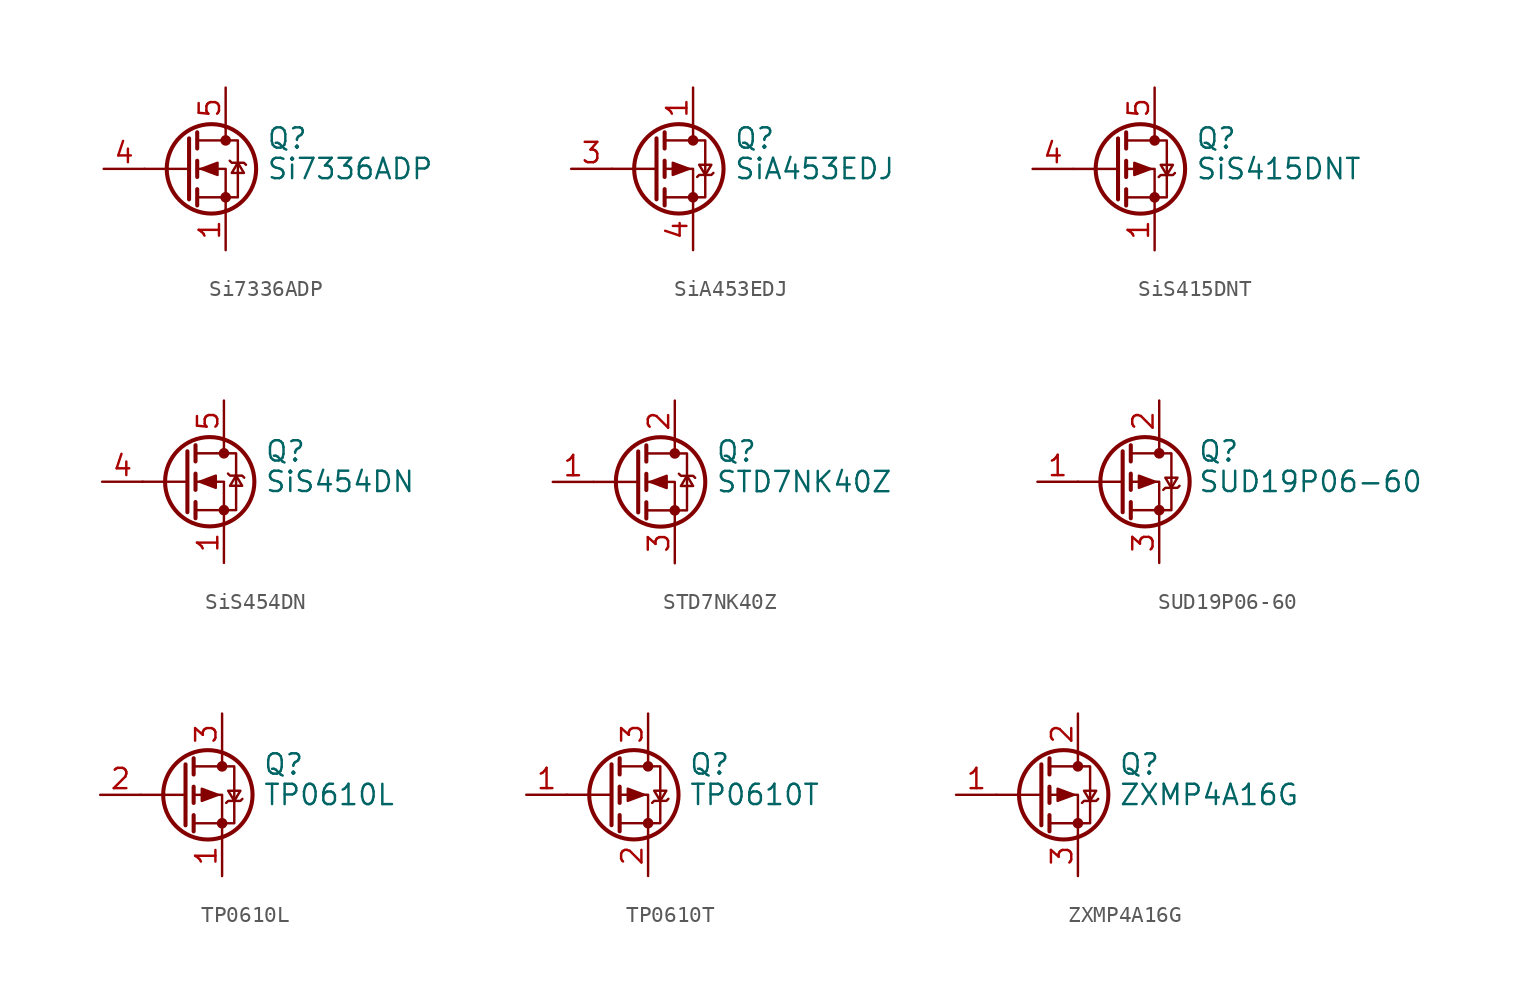
<source format=kicad_sym>
(kicad_symbol_lib
  (version 20210619)
  (generator kicad_symbol_editor)
  (symbol "Transistor_FET:Si7336ADP"
    (pin_names hide)
    (property "Reference" "Q"
      (at 5.08 1.905 0)
      (effects (font (size 1.27 1.27)) (justify left)))
    (property "Value" "Si7336ADP"
      (at 5.08 0 0)
      (effects (font (size 1.27 1.27)) (justify left)))
    (symbol "Si7336ADP_0_1"
      (circle (center 1.651 0) (radius 2.794) (stroke (width 0.254)) (fill (type none)))
      (circle (center 2.54 -1.778) (radius 0.254) (stroke (width 0)) (fill (type outline)))
      (circle (center 2.54 1.778) (radius 0.254) (stroke (width 0)) (fill (type outline)))
      (polyline (pts (xy 0.254 0) (xy -2.54 0)) (stroke (width 0)) (fill (type none)))
      (polyline (pts (xy 0.254 1.905) (xy 0.254 -1.905)) (stroke (width 0.254)) (fill (type none)))
      (polyline (pts (xy 0.762 -1.27) (xy 0.762 -2.286)) (stroke (width 0.254)) (fill (type none)))
      (polyline (pts (xy 0.762 0.508) (xy 0.762 -0.508)) (stroke (width 0.254)) (fill (type none)))
      (polyline (pts (xy 0.762 2.286) (xy 0.762 1.27)) (stroke (width 0.254)) (fill (type none)))
      (polyline (pts (xy 2.54 2.54) (xy 2.54 1.778)) (stroke (width 0)) (fill (type none)))
      (polyline (pts (xy 2.54 -2.54) (xy 2.54 0) (xy 0.762 0)) (stroke (width 0)) (fill (type none)))
      (polyline (pts (xy 0.762 -1.778) (xy 3.302 -1.778) (xy 3.302 1.778) (xy 0.762 1.778)) (stroke (width 0)) (fill (type none)))
      (polyline (pts (xy 2.794 0.508) (xy 2.921 0.381) (xy 3.683 0.381) (xy 3.81 0.254)) (stroke (width 0)) (fill (type none)))
      (polyline (pts (xy 3.302 0.381) (xy 2.921 -0.254) (xy 3.683 -0.254) (xy 3.302 0.381)) (stroke (width 0)) (fill (type none)))
      (polyline (pts (xy 1.016 0) (xy 2.032 0.381) (xy 2.032 -0.381) (xy 1.016 0)) (stroke (width 0)) (fill (type outline))))
    (symbol "Si7336ADP_1_1"
      (pin passive line (at 2.54 -5.08 90) (length 2.54) (name "S" (effects (font (size 1.27 1.27)))) (number "1" (effects (font (size 1.27 1.27)))))
      (pin passive line (at 2.54 -5.08 90) (length 2.54) hide (name "S" (effects (font (size 1.27 1.27)))) (number "2" (effects (font (size 1.27 1.27)))))
      (pin passive line (at 2.54 -5.08 90) (length 2.54) hide (name "S" (effects (font (size 1.27 1.27)))) (number "3" (effects (font (size 1.27 1.27)))))
      (pin input line (at -5.08 0 0) (length 2.54) (name "G" (effects (font (size 1.27 1.27)))) (number "4" (effects (font (size 1.27 1.27)))))
      (pin passive line (at 2.54 5.08 270) (length 2.54) (name "D" (effects (font (size 1.27 1.27)))) (number "5" (effects (font (size 1.27 1.27)))))))
  (symbol "Transistor_FET:SiA453EDJ"
    (pin_names hide)
    (property "Reference" "Q"
      (at 5.08 1.905 0)
      (effects (font (size 1.27 1.27)) (justify left)))
    (property "Value" "SiA453EDJ"
      (at 5.08 0 0)
      (effects (font (size 1.27 1.27)) (justify left)))
    (symbol "SiA453EDJ_0_1"
      (circle (center 1.651 0) (radius 2.794) (stroke (width 0.254)) (fill (type none)))
      (circle (center 2.54 -1.778) (radius 0.254) (stroke (width 0)) (fill (type outline)))
      (circle (center 2.54 1.778) (radius 0.254) (stroke (width 0)) (fill (type outline)))
      (polyline (pts (xy 0.254 0) (xy -2.54 0)) (stroke (width 0)) (fill (type none)))
      (polyline (pts (xy 0.254 1.905) (xy 0.254 -1.905)) (stroke (width 0.254)) (fill (type none)))
      (polyline (pts (xy 0.762 -1.27) (xy 0.762 -2.286)) (stroke (width 0.254)) (fill (type none)))
      (polyline (pts (xy 0.762 0.508) (xy 0.762 -0.508)) (stroke (width 0.254)) (fill (type none)))
      (polyline (pts (xy 0.762 2.286) (xy 0.762 1.27)) (stroke (width 0.254)) (fill (type none)))
      (polyline (pts (xy 2.54 2.54) (xy 2.54 1.778)) (stroke (width 0)) (fill (type none)))
      (polyline (pts (xy 2.54 -2.54) (xy 2.54 0) (xy 0.762 0)) (stroke (width 0)) (fill (type none)))
      (polyline (pts (xy 0.762 1.778) (xy 3.302 1.778) (xy 3.302 -1.778) (xy 0.762 -1.778)) (stroke (width 0)) (fill (type none)))
      (polyline (pts (xy 2.794 -0.508) (xy 2.921 -0.381) (xy 3.683 -0.381) (xy 3.81 -0.254)) (stroke (width 0)) (fill (type none)))
      (polyline (pts (xy 3.302 -0.381) (xy 2.921 0.254) (xy 3.683 0.254) (xy 3.302 -0.381)) (stroke (width 0)) (fill (type none)))
      (polyline (pts (xy 2.286 0) (xy 1.27 0.381) (xy 1.27 -0.381) (xy 2.286 0)) (stroke (width 0)) (fill (type outline))))
    (symbol "SiA453EDJ_1_1"
      (pin passive line (at 2.54 5.08 270) (length 2.54) (name "D" (effects (font (size 1.27 1.27)))) (number "1" (effects (font (size 1.27 1.27)))))
      (pin passive line (at -5.08 0 0) (length 2.54) (name "G" (effects (font (size 1.27 1.27)))) (number "3" (effects (font (size 1.27 1.27)))))
      (pin passive line (at 2.54 -5.08 90) (length 2.54) (name "S" (effects (font (size 1.27 1.27)))) (number "4" (effects (font (size 1.27 1.27)))))))
  (symbol "Transistor_FET:SiS415DNT"
    (pin_names hide)
    (property "Reference" "Q"
      (at 5.08 1.905 0)
      (effects (font (size 1.27 1.27)) (justify left)))
    (property "Value" "SiS415DNT"
      (at 5.08 0 0)
      (effects (font (size 1.27 1.27)) (justify left)))
    (symbol "SiS415DNT_0_1"
      (circle (center 1.651 0) (radius 2.794) (stroke (width 0.254)) (fill (type none)))
      (circle (center 2.54 -1.778) (radius 0.254) (stroke (width 0)) (fill (type outline)))
      (circle (center 2.54 1.778) (radius 0.254) (stroke (width 0)) (fill (type outline)))
      (polyline (pts (xy 0.254 0) (xy -2.54 0)) (stroke (width 0)) (fill (type none)))
      (polyline (pts (xy 0.254 1.905) (xy 0.254 -1.905)) (stroke (width 0.254)) (fill (type none)))
      (polyline (pts (xy 0.762 -1.27) (xy 0.762 -2.286)) (stroke (width 0.254)) (fill (type none)))
      (polyline (pts (xy 0.762 0.508) (xy 0.762 -0.508)) (stroke (width 0.254)) (fill (type none)))
      (polyline (pts (xy 0.762 2.286) (xy 0.762 1.27)) (stroke (width 0.254)) (fill (type none)))
      (polyline (pts (xy 2.54 2.54) (xy 2.54 1.778)) (stroke (width 0)) (fill (type none)))
      (polyline (pts (xy 2.54 -2.54) (xy 2.54 0) (xy 0.762 0)) (stroke (width 0)) (fill (type none)))
      (polyline (pts (xy 0.762 1.778) (xy 3.302 1.778) (xy 3.302 -1.778) (xy 0.762 -1.778)) (stroke (width 0)) (fill (type none)))
      (polyline (pts (xy 2.794 -0.508) (xy 2.921 -0.381) (xy 3.683 -0.381) (xy 3.81 -0.254)) (stroke (width 0)) (fill (type none)))
      (polyline (pts (xy 3.302 -0.381) (xy 2.921 0.254) (xy 3.683 0.254) (xy 3.302 -0.381)) (stroke (width 0)) (fill (type none)))
      (polyline (pts (xy 2.286 0) (xy 1.27 0.381) (xy 1.27 -0.381) (xy 2.286 0)) (stroke (width 0)) (fill (type outline))))
    (symbol "SiS415DNT_1_1"
      (pin passive line (at 2.54 -5.08 90) (length 2.54) (name "S" (effects (font (size 1.27 1.27)))) (number "1" (effects (font (size 1.27 1.27)))))
      (pin passive line (at 2.54 -5.08 90) (length 2.54) hide (name "S" (effects (font (size 1.27 1.27)))) (number "2" (effects (font (size 1.27 1.27)))))
      (pin passive line (at 2.54 -5.08 90) (length 2.54) hide (name "S" (effects (font (size 1.27 1.27)))) (number "3" (effects (font (size 1.27 1.27)))))
      (pin passive line (at -5.08 0 0) (length 2.54) (name "G" (effects (font (size 1.27 1.27)))) (number "4" (effects (font (size 1.27 1.27)))))
      (pin passive line (at 2.54 5.08 270) (length 2.54) (name "D" (effects (font (size 1.27 1.27)))) (number "5" (effects (font (size 1.27 1.27)))))))
  (symbol "Transistor_FET:SiS454DN"
    (pin_names hide)
    (property "Reference" "Q"
      (at 5.08 1.905 0)
      (effects (font (size 1.27 1.27)) (justify left)))
    (property "Value" "SiS454DN"
      (at 5.08 0 0)
      (effects (font (size 1.27 1.27)) (justify left)))
    (symbol "SiS454DN_0_1"
      (circle (center 1.651 0) (radius 2.794) (stroke (width 0.254)) (fill (type none)))
      (circle (center 2.54 -1.778) (radius 0.254) (stroke (width 0)) (fill (type outline)))
      (circle (center 2.54 1.778) (radius 0.254) (stroke (width 0)) (fill (type outline)))
      (polyline (pts (xy 0.254 0) (xy -2.54 0)) (stroke (width 0)) (fill (type none)))
      (polyline (pts (xy 0.254 1.905) (xy 0.254 -1.905)) (stroke (width 0.254)) (fill (type none)))
      (polyline (pts (xy 0.762 -1.27) (xy 0.762 -2.286)) (stroke (width 0.254)) (fill (type none)))
      (polyline (pts (xy 0.762 0.508) (xy 0.762 -0.508)) (stroke (width 0.254)) (fill (type none)))
      (polyline (pts (xy 0.762 2.286) (xy 0.762 1.27)) (stroke (width 0.254)) (fill (type none)))
      (polyline (pts (xy 2.54 2.54) (xy 2.54 1.778)) (stroke (width 0)) (fill (type none)))
      (polyline (pts (xy 2.54 -2.54) (xy 2.54 0) (xy 0.762 0)) (stroke (width 0)) (fill (type none)))
      (polyline (pts (xy 0.762 -1.778) (xy 3.302 -1.778) (xy 3.302 1.778) (xy 0.762 1.778)) (stroke (width 0)) (fill (type none)))
      (polyline (pts (xy 2.794 0.508) (xy 2.921 0.381) (xy 3.683 0.381) (xy 3.81 0.254)) (stroke (width 0)) (fill (type none)))
      (polyline (pts (xy 3.302 0.381) (xy 2.921 -0.254) (xy 3.683 -0.254) (xy 3.302 0.381)) (stroke (width 0)) (fill (type none)))
      (polyline (pts (xy 1.016 0) (xy 2.032 0.381) (xy 2.032 -0.381) (xy 1.016 0)) (stroke (width 0)) (fill (type outline))))
    (symbol "SiS454DN_1_1"
      (pin passive line (at 2.54 -5.08 90) (length 2.54) (name "S" (effects (font (size 1.27 1.27)))) (number "1" (effects (font (size 1.27 1.27)))))
      (pin passive line (at 2.54 -5.08 90) (length 2.54) hide (name "S" (effects (font (size 1.27 1.27)))) (number "2" (effects (font (size 1.27 1.27)))))
      (pin passive line (at 2.54 -5.08 90) (length 2.54) hide (name "S" (effects (font (size 1.27 1.27)))) (number "3" (effects (font (size 1.27 1.27)))))
      (pin input line (at -5.08 0 0) (length 2.54) (name "G" (effects (font (size 1.27 1.27)))) (number "4" (effects (font (size 1.27 1.27)))))
      (pin passive line (at 2.54 5.08 270) (length 2.54) (name "D" (effects (font (size 1.27 1.27)))) (number "5" (effects (font (size 1.27 1.27)))))))
  (symbol "Transistor_FET:STD7NK40Z"
    (pin_names hide)
    (property "Reference" "Q"
      (at 5.08 1.905 0)
      (effects (font (size 1.27 1.27)) (justify left)))
    (property "Value" "STD7NK40Z"
      (at 5.08 0 0)
      (effects (font (size 1.27 1.27)) (justify left)))
    (symbol "STD7NK40Z_0_1"
      (circle (center 1.651 0) (radius 2.794) (stroke (width 0.254)) (fill (type none)))
      (circle (center 2.54 -1.778) (radius 0.254) (stroke (width 0)) (fill (type outline)))
      (circle (center 2.54 1.778) (radius 0.254) (stroke (width 0)) (fill (type outline)))
      (polyline (pts (xy 0.254 0) (xy -2.54 0)) (stroke (width 0)) (fill (type none)))
      (polyline (pts (xy 0.254 1.905) (xy 0.254 -1.905)) (stroke (width 0.254)) (fill (type none)))
      (polyline (pts (xy 0.762 -1.27) (xy 0.762 -2.286)) (stroke (width 0.254)) (fill (type none)))
      (polyline (pts (xy 0.762 0.508) (xy 0.762 -0.508)) (stroke (width 0.254)) (fill (type none)))
      (polyline (pts (xy 0.762 2.286) (xy 0.762 1.27)) (stroke (width 0.254)) (fill (type none)))
      (polyline (pts (xy 2.54 2.54) (xy 2.54 1.778)) (stroke (width 0)) (fill (type none)))
      (polyline (pts (xy 2.54 -2.54) (xy 2.54 0) (xy 0.762 0)) (stroke (width 0)) (fill (type none)))
      (polyline (pts (xy 0.762 -1.778) (xy 3.302 -1.778) (xy 3.302 1.778) (xy 0.762 1.778)) (stroke (width 0)) (fill (type none)))
      (polyline (pts (xy 2.794 0.508) (xy 2.921 0.381) (xy 3.683 0.381) (xy 3.81 0.254)) (stroke (width 0)) (fill (type none)))
      (polyline (pts (xy 3.302 0.381) (xy 2.921 -0.254) (xy 3.683 -0.254) (xy 3.302 0.381)) (stroke (width 0)) (fill (type none)))
      (polyline (pts (xy 1.016 0) (xy 2.032 0.381) (xy 2.032 -0.381) (xy 1.016 0)) (stroke (width 0)) (fill (type outline))))
    (symbol "STD7NK40Z_1_1"
      (pin passive line (at -5.08 0 0) (length 2.54) (name "G" (effects (font (size 1.27 1.27)))) (number "1" (effects (font (size 1.27 1.27)))))
      (pin passive line (at 2.54 5.08 270) (length 2.54) (name "D" (effects (font (size 1.27 1.27)))) (number "2" (effects (font (size 1.27 1.27)))))
      (pin passive line (at 2.54 -5.08 90) (length 2.54) (name "S" (effects (font (size 1.27 1.27)))) (number "3" (effects (font (size 1.27 1.27)))))))
  (symbol "Transistor_FET:SUD19P06-60"
    (pin_names hide)
    (property "Reference" "Q"
      (at 4.953 1.905 0)
      (effects (font (size 1.27 1.27)) (justify left)))
    (property "Value" "SUD19P06-60"
      (at 4.953 0 0)
      (effects (font (size 1.27 1.27)) (justify left)))
    (symbol "SUD19P06-60_0_1"
      (circle (center 1.651 0) (radius 2.794) (stroke (width 0.254)) (fill (type none)))
      (circle (center 2.54 -1.778) (radius 0.254) (stroke (width 0)) (fill (type outline)))
      (circle (center 2.54 1.778) (radius 0.254) (stroke (width 0)) (fill (type outline)))
      (polyline (pts (xy 0.254 0) (xy -2.54 0)) (stroke (width 0)) (fill (type none)))
      (polyline (pts (xy 0.254 1.905) (xy 0.254 -1.905)) (stroke (width 0.254)) (fill (type none)))
      (polyline (pts (xy 0.762 -1.27) (xy 0.762 -2.286)) (stroke (width 0.254)) (fill (type none)))
      (polyline (pts (xy 0.762 0.508) (xy 0.762 -0.508)) (stroke (width 0.254)) (fill (type none)))
      (polyline (pts (xy 0.762 2.286) (xy 0.762 1.27)) (stroke (width 0.254)) (fill (type none)))
      (polyline (pts (xy 2.54 2.54) (xy 2.54 1.778)) (stroke (width 0)) (fill (type none)))
      (polyline (pts (xy 2.54 -2.54) (xy 2.54 0) (xy 0.762 0)) (stroke (width 0)) (fill (type none)))
      (polyline (pts (xy 0.762 1.778) (xy 3.302 1.778) (xy 3.302 -1.778) (xy 0.762 -1.778)) (stroke (width 0)) (fill (type none)))
      (polyline (pts (xy 2.794 -0.508) (xy 2.921 -0.381) (xy 3.683 -0.381) (xy 3.81 -0.254)) (stroke (width 0)) (fill (type none)))
      (polyline (pts (xy 3.302 -0.381) (xy 2.921 0.254) (xy 3.683 0.254) (xy 3.302 -0.381)) (stroke (width 0)) (fill (type none)))
      (polyline (pts (xy 2.286 0) (xy 1.27 0.381) (xy 1.27 -0.381) (xy 2.286 0)) (stroke (width 0)) (fill (type outline))))
    (symbol "SUD19P06-60_1_1"
      (pin input line (at -5.08 0 0) (length 2.54) (name "G" (effects (font (size 1.27 1.27)))) (number "1" (effects (font (size 1.27 1.27)))))
      (pin passive line (at 2.54 5.08 270) (length 2.54) (name "D" (effects (font (size 1.27 1.27)))) (number "2" (effects (font (size 1.27 1.27)))))
      (pin passive line (at 2.54 -5.08 90) (length 2.54) (name "S" (effects (font (size 1.27 1.27)))) (number "3" (effects (font (size 1.27 1.27)))))))
  (symbol "Transistor_FET:TP0610L"
    (pin_names hide)
    (property "Reference" "Q"
      (at 5.08 1.905 0)
      (effects (font (size 1.27 1.27)) (justify left)))
    (property "Value" "TP0610L"
      (at 5.08 0 0)
      (effects (font (size 1.27 1.27)) (justify left)))
    (symbol "TP0610L_0_1"
      (circle (center 1.651 0) (radius 2.794) (stroke (width 0.254)) (fill (type none)))
      (circle (center 2.54 -1.778) (radius 0.254) (stroke (width 0)) (fill (type outline)))
      (circle (center 2.54 1.778) (radius 0.254) (stroke (width 0)) (fill (type outline)))
      (polyline (pts (xy 0.254 0) (xy -2.54 0)) (stroke (width 0)) (fill (type none)))
      (polyline (pts (xy 0.254 1.905) (xy 0.254 -1.905)) (stroke (width 0.254)) (fill (type none)))
      (polyline (pts (xy 0.762 -1.27) (xy 0.762 -2.286)) (stroke (width 0.254)) (fill (type none)))
      (polyline (pts (xy 0.762 0.508) (xy 0.762 -0.508)) (stroke (width 0.254)) (fill (type none)))
      (polyline (pts (xy 0.762 2.286) (xy 0.762 1.27)) (stroke (width 0.254)) (fill (type none)))
      (polyline (pts (xy 2.54 2.54) (xy 2.54 1.778)) (stroke (width 0)) (fill (type none)))
      (polyline (pts (xy 2.54 -2.54) (xy 2.54 0) (xy 0.762 0)) (stroke (width 0)) (fill (type none)))
      (polyline (pts (xy 0.762 1.778) (xy 3.302 1.778) (xy 3.302 -1.778) (xy 0.762 -1.778)) (stroke (width 0)) (fill (type none)))
      (polyline (pts (xy 2.794 -0.508) (xy 2.921 -0.381) (xy 3.683 -0.381) (xy 3.81 -0.254)) (stroke (width 0)) (fill (type none)))
      (polyline (pts (xy 3.302 -0.381) (xy 2.921 0.254) (xy 3.683 0.254) (xy 3.302 -0.381)) (stroke (width 0)) (fill (type none)))
      (polyline (pts (xy 2.286 0) (xy 1.27 0.381) (xy 1.27 -0.381) (xy 2.286 0)) (stroke (width 0)) (fill (type outline))))
    (symbol "TP0610L_1_1"
      (pin passive line (at 2.54 -5.08 90) (length 2.54) (name "S" (effects (font (size 1.27 1.27)))) (number "1" (effects (font (size 1.27 1.27)))))
      (pin input line (at -5.08 0 0) (length 2.54) (name "G" (effects (font (size 1.27 1.27)))) (number "2" (effects (font (size 1.27 1.27)))))
      (pin passive line (at 2.54 5.08 270) (length 2.54) (name "D" (effects (font (size 1.27 1.27)))) (number "3" (effects (font (size 1.27 1.27)))))))
  (symbol "Transistor_FET:TP0610T"
    (pin_names hide)
    (property "Reference" "Q"
      (at 5.08 1.905 0)
      (effects (font (size 1.27 1.27)) (justify left)))
    (property "Value" "TP0610T"
      (at 5.08 0 0)
      (effects (font (size 1.27 1.27)) (justify left)))
    (symbol "TP0610T_0_1"
      (circle (center 1.651 0) (radius 2.794) (stroke (width 0.254)) (fill (type none)))
      (circle (center 2.54 -1.778) (radius 0.254) (stroke (width 0)) (fill (type outline)))
      (circle (center 2.54 1.778) (radius 0.254) (stroke (width 0)) (fill (type outline)))
      (polyline (pts (xy 0.254 0) (xy -2.54 0)) (stroke (width 0)) (fill (type none)))
      (polyline (pts (xy 0.254 1.905) (xy 0.254 -1.905)) (stroke (width 0.254)) (fill (type none)))
      (polyline (pts (xy 0.762 -1.27) (xy 0.762 -2.286)) (stroke (width 0.254)) (fill (type none)))
      (polyline (pts (xy 0.762 0.508) (xy 0.762 -0.508)) (stroke (width 0.254)) (fill (type none)))
      (polyline (pts (xy 0.762 2.286) (xy 0.762 1.27)) (stroke (width 0.254)) (fill (type none)))
      (polyline (pts (xy 2.54 2.54) (xy 2.54 1.778)) (stroke (width 0)) (fill (type none)))
      (polyline (pts (xy 2.54 -2.54) (xy 2.54 0) (xy 0.762 0)) (stroke (width 0)) (fill (type none)))
      (polyline (pts (xy 0.762 1.778) (xy 3.302 1.778) (xy 3.302 -1.778) (xy 0.762 -1.778)) (stroke (width 0)) (fill (type none)))
      (polyline (pts (xy 2.794 -0.508) (xy 2.921 -0.381) (xy 3.683 -0.381) (xy 3.81 -0.254)) (stroke (width 0)) (fill (type none)))
      (polyline (pts (xy 3.302 -0.381) (xy 2.921 0.254) (xy 3.683 0.254) (xy 3.302 -0.381)) (stroke (width 0)) (fill (type none)))
      (polyline (pts (xy 2.286 0) (xy 1.27 0.381) (xy 1.27 -0.381) (xy 2.286 0)) (stroke (width 0)) (fill (type outline))))
    (symbol "TP0610T_1_1"
      (pin input line (at -5.08 0 0) (length 2.54) (name "G" (effects (font (size 1.27 1.27)))) (number "1" (effects (font (size 1.27 1.27)))))
      (pin passive line (at 2.54 -5.08 90) (length 2.54) (name "S" (effects (font (size 1.27 1.27)))) (number "2" (effects (font (size 1.27 1.27)))))
      (pin passive line (at 2.54 5.08 270) (length 2.54) (name "D" (effects (font (size 1.27 1.27)))) (number "3" (effects (font (size 1.27 1.27)))))))
  (symbol "Transistor_FET:ZXMP4A16G"
    (pin_names hide)
    (property "Reference" "Q"
      (at 5.08 1.905 0)
      (effects (font (size 1.27 1.27)) (justify left)))
    (property "Value" "ZXMP4A16G"
      (at 5.08 0 0)
      (effects (font (size 1.27 1.27)) (justify left)))
    (symbol "ZXMP4A16G_0_1"
      (circle (center 1.651 0) (radius 2.794) (stroke (width 0.254)) (fill (type none)))
      (circle (center 2.54 -1.778) (radius 0.254) (stroke (width 0)) (fill (type outline)))
      (circle (center 2.54 1.778) (radius 0.254) (stroke (width 0)) (fill (type outline)))
      (polyline (pts (xy 0.254 0) (xy -2.54 0)) (stroke (width 0)) (fill (type none)))
      (polyline (pts (xy 0.254 1.905) (xy 0.254 -1.905)) (stroke (width 0.254)) (fill (type none)))
      (polyline (pts (xy 0.762 -1.27) (xy 0.762 -2.286)) (stroke (width 0.254)) (fill (type none)))
      (polyline (pts (xy 0.762 0.508) (xy 0.762 -0.508)) (stroke (width 0.254)) (fill (type none)))
      (polyline (pts (xy 0.762 2.286) (xy 0.762 1.27)) (stroke (width 0.254)) (fill (type none)))
      (polyline (pts (xy 2.54 2.54) (xy 2.54 1.778)) (stroke (width 0)) (fill (type none)))
      (polyline (pts (xy 2.54 -2.54) (xy 2.54 0) (xy 0.762 0)) (stroke (width 0)) (fill (type none)))
      (polyline (pts (xy 0.762 1.778) (xy 3.302 1.778) (xy 3.302 -1.778) (xy 0.762 -1.778)) (stroke (width 0)) (fill (type none)))
      (polyline (pts (xy 2.794 -0.508) (xy 2.921 -0.381) (xy 3.683 -0.381) (xy 3.81 -0.254)) (stroke (width 0)) (fill (type none)))
      (polyline (pts (xy 3.302 -0.381) (xy 2.921 0.254) (xy 3.683 0.254) (xy 3.302 -0.381)) (stroke (width 0)) (fill (type none)))
      (polyline (pts (xy 2.286 0) (xy 1.27 0.381) (xy 1.27 -0.381) (xy 2.286 0)) (stroke (width 0)) (fill (type outline))))
    (symbol "ZXMP4A16G_1_1"
      (pin input line (at -5.08 0 0) (length 2.54) (name "G" (effects (font (size 1.27 1.27)))) (number "1" (effects (font (size 1.27 1.27)))))
      (pin passive line (at 2.54 5.08 270) (length 2.54) (name "D" (effects (font (size 1.27 1.27)))) (number "2" (effects (font (size 1.27 1.27)))))
      (pin passive line (at 2.54 -5.08 90) (length 2.54) (name "S" (effects (font (size 1.27 1.27)))) (number "3" (effects (font (size 1.27 1.27))))))))
</source>
